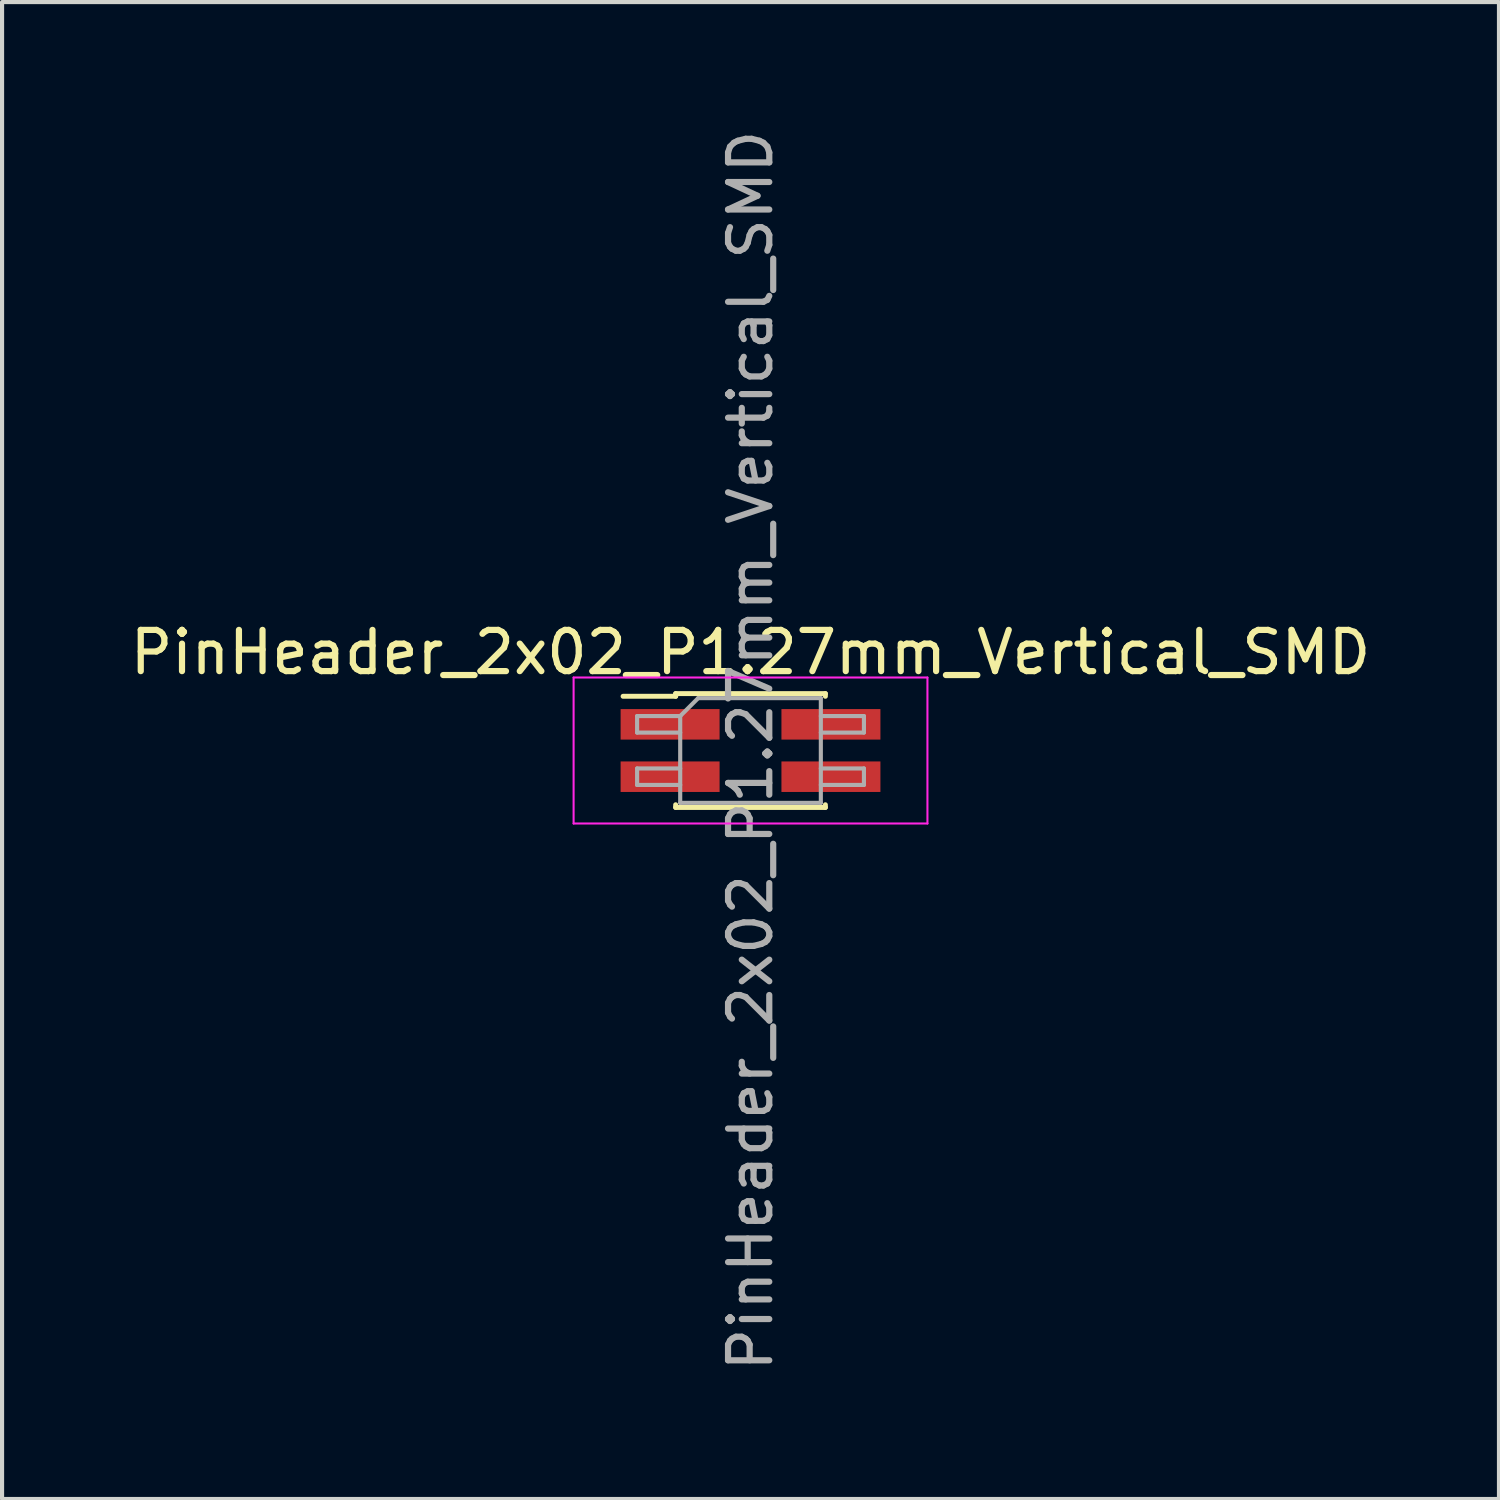
<source format=kicad_pcb>
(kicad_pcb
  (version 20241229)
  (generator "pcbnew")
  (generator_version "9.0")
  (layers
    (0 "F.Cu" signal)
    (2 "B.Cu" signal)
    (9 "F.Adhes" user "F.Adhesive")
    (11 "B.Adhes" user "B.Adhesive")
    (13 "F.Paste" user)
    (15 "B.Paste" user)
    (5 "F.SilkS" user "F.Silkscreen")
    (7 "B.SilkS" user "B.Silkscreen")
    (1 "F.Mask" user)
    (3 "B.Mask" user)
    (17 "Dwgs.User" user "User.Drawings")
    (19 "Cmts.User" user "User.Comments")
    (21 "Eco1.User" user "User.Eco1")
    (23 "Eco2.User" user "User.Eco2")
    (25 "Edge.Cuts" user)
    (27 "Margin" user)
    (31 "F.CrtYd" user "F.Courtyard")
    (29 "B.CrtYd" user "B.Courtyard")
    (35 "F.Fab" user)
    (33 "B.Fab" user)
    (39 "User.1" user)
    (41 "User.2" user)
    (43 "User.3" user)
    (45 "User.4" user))
  (footprint "PinHeader_2x02_P1.27mm_Vertical_SMD"
    (layer "F.Cu")
    (at 15.149 15.149)
    (property "Reference" "PinHeader_2x02_P1.27mm_Vertical_SMD" (at 0 -2.38 0) (layer "F.SilkS") (effects (font (size 1 1) (thickness 0.15))))
    (attr smd)
    (fp_line (start -3.09 -1.315) (end -1.815 -1.315) (stroke (width 0.12) (type solid)) (layer "F.SilkS"))
    (fp_line (start -1.815 -1.38) (end -1.815 -1.315) (stroke (width 0.12) (type solid)) (layer "F.SilkS"))
    (fp_line (start -1.815 -1.38) (end 1.815 -1.38) (stroke (width 0.12) (type solid)) (layer "F.SilkS"))
    (fp_line (start -1.815 1.315) (end -1.815 1.38) (stroke (width 0.12) (type solid)) (layer "F.SilkS"))
    (fp_line (start -1.815 1.38) (end 1.815 1.38) (stroke (width 0.12) (type solid)) (layer "F.SilkS"))
    (fp_line (start 1.815 -1.38) (end 1.815 -1.315) (stroke (width 0.12) (type solid)) (layer "F.SilkS"))
    (fp_line (start 1.815 1.315) (end 1.815 1.38) (stroke (width 0.12) (type solid)) (layer "F.SilkS"))
    (fp_line (start -4.29 -1.77) (end -4.29 1.77) (stroke (width 0.05) (type solid)) (layer "F.CrtYd"))
    (fp_line (start -4.29 1.77) (end 4.29 1.77) (stroke (width 0.05) (type solid)) (layer "F.CrtYd"))
    (fp_line (start 4.29 -1.77) (end -4.29 -1.77) (stroke (width 0.05) (type solid)) (layer "F.CrtYd"))
    (fp_line (start 4.29 1.77) (end 4.29 -1.77) (stroke (width 0.05) (type solid)) (layer "F.CrtYd"))
    (fp_line (start -2.75 -0.835) (end -2.75 -0.435) (stroke (width 0.1) (type solid)) (layer "F.Fab"))
    (fp_line (start -2.75 -0.435) (end -1.705 -0.435) (stroke (width 0.1) (type solid)) (layer "F.Fab"))
    (fp_line (start -2.75 0.435) (end -2.75 0.835) (stroke (width 0.1) (type solid)) (layer "F.Fab"))
    (fp_line (start -2.75 0.835) (end -1.705 0.835) (stroke (width 0.1) (type solid)) (layer "F.Fab"))
    (fp_line (start -1.705 -0.835) (end -2.75 -0.835) (stroke (width 0.1) (type solid)) (layer "F.Fab"))
    (fp_line (start -1.705 -0.835) (end -1.27 -1.27) (stroke (width 0.1) (type solid)) (layer "F.Fab"))
    (fp_line (start -1.705 0.435) (end -2.75 0.435) (stroke (width 0.1) (type solid)) (layer "F.Fab"))
    (fp_line (start -1.705 1.27) (end -1.705 -0.835) (stroke (width 0.1) (type solid)) (layer "F.Fab"))
    (fp_line (start -1.27 -1.27) (end 1.705 -1.27) (stroke (width 0.1) (type solid)) (layer "F.Fab"))
    (fp_line (start 1.705 -1.27) (end 1.705 1.27) (stroke (width 0.1) (type solid)) (layer "F.Fab"))
    (fp_line (start 1.705 -0.835) (end 2.75 -0.835) (stroke (width 0.1) (type solid)) (layer "F.Fab"))
    (fp_line (start 1.705 0.435) (end 2.75 0.435) (stroke (width 0.1) (type solid)) (layer "F.Fab"))
    (fp_line (start 1.705 1.27) (end -1.705 1.27) (stroke (width 0.1) (type solid)) (layer "F.Fab"))
    (fp_line (start 2.75 -0.835) (end 2.75 -0.435) (stroke (width 0.1) (type solid)) (layer "F.Fab"))
    (fp_line (start 2.75 -0.435) (end 1.705 -0.435) (stroke (width 0.1) (type solid)) (layer "F.Fab"))
    (fp_line (start 2.75 0.435) (end 2.75 0.835) (stroke (width 0.1) (type solid)) (layer "F.Fab"))
    (fp_line (start 2.75 0.835) (end 1.705 0.835) (stroke (width 0.1) (type solid)) (layer "F.Fab"))
    (fp_text user "${REFERENCE}" (at 0 0 90) (layer "F.Fab") (effects (font (size 1 1) (thickness 0.15))))
    (pad "1" smd rect (at -1.95 -0.635) (size 2.4 0.74) (layers "F.Cu" "F.Mask" "F.Paste"))
    (pad "2" smd rect (at 1.95 -0.635) (size 2.4 0.74) (layers "F.Cu" "F.Mask" "F.Paste"))
    (pad "3" smd rect (at -1.95 0.635) (size 2.4 0.74) (layers "F.Cu" "F.Mask" "F.Paste"))
    (pad "4" smd rect (at 1.95 0.635) (size 2.4 0.74) (layers "F.Cu" "F.Mask" "F.Paste")))
  (gr_rect
    (start -3 -3)
    (end 33.298 33.298)
    (stroke (width 0.1) (type default))
    (fill no)
    (layer "Edge.Cuts")))
</source>
